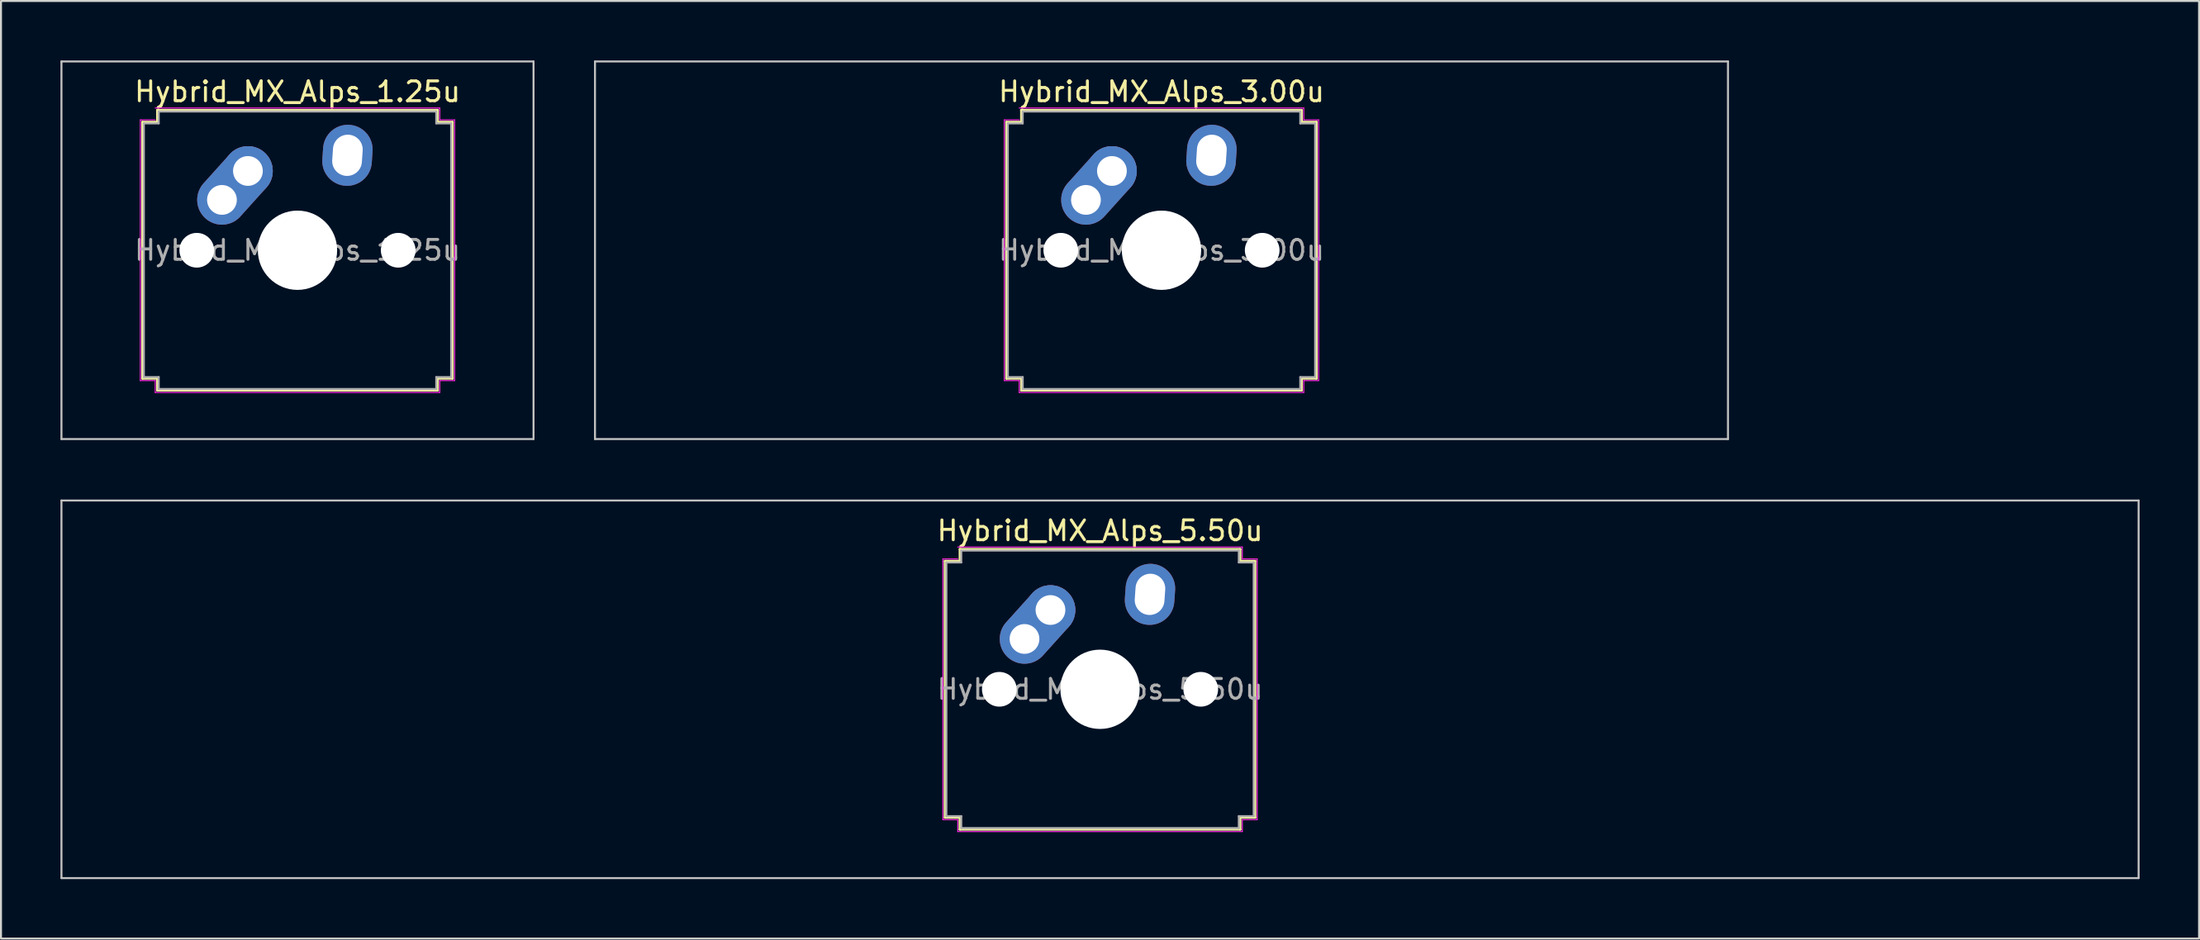
<source format=kicad_pcb>
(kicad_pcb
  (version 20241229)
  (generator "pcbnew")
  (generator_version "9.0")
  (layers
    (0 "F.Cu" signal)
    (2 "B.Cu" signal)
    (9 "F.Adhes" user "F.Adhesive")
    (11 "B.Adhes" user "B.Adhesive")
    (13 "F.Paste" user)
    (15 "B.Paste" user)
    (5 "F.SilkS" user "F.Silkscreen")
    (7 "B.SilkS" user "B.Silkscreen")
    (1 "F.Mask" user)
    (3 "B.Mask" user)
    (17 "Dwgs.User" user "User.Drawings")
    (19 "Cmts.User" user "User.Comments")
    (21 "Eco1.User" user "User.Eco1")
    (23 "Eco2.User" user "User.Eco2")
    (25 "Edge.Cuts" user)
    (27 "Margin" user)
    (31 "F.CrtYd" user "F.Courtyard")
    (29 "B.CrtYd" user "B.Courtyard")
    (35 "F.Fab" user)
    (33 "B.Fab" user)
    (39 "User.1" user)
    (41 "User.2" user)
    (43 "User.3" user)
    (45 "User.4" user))
  (footprint "Hybrid_MX_Alps_5.50u"
    (layer "F.Cu")
    (at 52.438 31.725)
    (property "Reference" "Hybrid_MX_Alps_5.50u" (at 0 -8 0) (layer "F.SilkS") (effects (font (size 1 1) (thickness 0.15))))
    (attr through_hole)
    (fp_line (start -7.821 -6.471) (end -7.071 -6.471) (stroke (width 0.12) (type solid)) (layer "F.SilkS"))
    (fp_line (start -7.821 6.471) (end -7.821 -6.471) (stroke (width 0.12) (type solid)) (layer "F.SilkS"))
    (fp_line (start -7.071 -7.071) (end 7.071 -7.071) (stroke (width 0.12) (type solid)) (layer "F.SilkS"))
    (fp_line (start -7.071 -6.471) (end -7.071 -7.071) (stroke (width 0.12) (type solid)) (layer "F.SilkS"))
    (fp_line (start -7.071 6.471) (end -7.821 6.471) (stroke (width 0.12) (type solid)) (layer "F.SilkS"))
    (fp_line (start -7.071 7.071) (end -7.071 6.471) (stroke (width 0.12) (type solid)) (layer "F.SilkS"))
    (fp_line (start 7.071 -7.071) (end 7.071 -6.471) (stroke (width 0.12) (type solid)) (layer "F.SilkS"))
    (fp_line (start 7.071 -6.471) (end 7.821 -6.471) (stroke (width 0.12) (type solid)) (layer "F.SilkS"))
    (fp_line (start 7.071 6.471) (end 7.071 7.071) (stroke (width 0.12) (type solid)) (layer "F.SilkS"))
    (fp_line (start 7.071 7.071) (end -7.071 7.071) (stroke (width 0.12) (type solid)) (layer "F.SilkS"))
    (fp_line (start 7.821 -6.471) (end 7.821 6.471) (stroke (width 0.12) (type solid)) (layer "F.SilkS"))
    (fp_line (start 7.821 6.471) (end 7.071 6.471) (stroke (width 0.12) (type solid)) (layer "F.SilkS"))
    (fp_line (start -52.388 -9.525) (end -52.388 9.525) (stroke (width 0.1) (type solid)) (layer "Dwgs.User"))
    (fp_line (start -52.388 9.525) (end 52.388 9.525) (stroke (width 0.1) (type solid)) (layer "Dwgs.User"))
    (fp_line (start 52.388 -9.525) (end -52.388 -9.525) (stroke (width 0.1) (type solid)) (layer "Dwgs.User"))
    (fp_line (start 52.388 9.525) (end 52.388 -9.525) (stroke (width 0.1) (type solid)) (layer "Dwgs.User"))
    (fp_line (start -7.927 -6.577) (end -7.177 -6.577) (stroke (width 0.05) (type solid)) (layer "F.CrtYd"))
    (fp_line (start -7.927 6.577) (end -7.927 -6.577) (stroke (width 0.05) (type solid)) (layer "F.CrtYd"))
    (fp_line (start -7.177 -7.177) (end 7.177 -7.177) (stroke (width 0.05) (type solid)) (layer "F.CrtYd"))
    (fp_line (start -7.177 6.577) (end -7.927 6.577) (stroke (width 0.05) (type solid)) (layer "F.CrtYd"))
    (fp_line (start -7.177 7.177) (end -7.177 6.577) (stroke (width 0.05) (type solid)) (layer "F.CrtYd"))
    (fp_line (start 7.177 -7.177) (end 7.177 -6.577) (stroke (width 0.05) (type solid)) (layer "F.CrtYd"))
    (fp_line (start 7.177 -6.577) (end 7.927 -6.577) (stroke (width 0.05) (type solid)) (layer "F.CrtYd"))
    (fp_line (start 7.177 6.577) (end 7.177 7.177) (stroke (width 0.05) (type solid)) (layer "F.CrtYd"))
    (fp_line (start 7.177 7.177) (end -7.177 7.177) (stroke (width 0.05) (type solid)) (layer "F.CrtYd"))
    (fp_line (start 7.927 -6.577) (end 7.927 6.577) (stroke (width 0.05) (type solid)) (layer "F.CrtYd"))
    (fp_line (start 7.927 6.577) (end 7.177 6.577) (stroke (width 0.05) (type solid)) (layer "F.CrtYd"))
    (fp_line (start -7.75 -6.4) (end -7 -6.4) (stroke (width 0.1) (type solid)) (layer "F.Fab"))
    (fp_line (start -7.75 6.4) (end -7.75 -6.4) (stroke (width 0.1) (type solid)) (layer "F.Fab"))
    (fp_line (start -7 -7) (end 7 -7) (stroke (width 0.1) (type solid)) (layer "F.Fab"))
    (fp_line (start -7 -6.4) (end -7 -7) (stroke (width 0.1) (type solid)) (layer "F.Fab"))
    (fp_line (start -7 6.4) (end -7.75 6.4) (stroke (width 0.1) (type solid)) (layer "F.Fab"))
    (fp_line (start -7 7) (end -7 6.4) (stroke (width 0.1) (type solid)) (layer "F.Fab"))
    (fp_line (start 7 -7) (end 7 -6.4) (stroke (width 0.1) (type solid)) (layer "F.Fab"))
    (fp_line (start 7 -6.4) (end 7.75 -6.4) (stroke (width 0.1) (type solid)) (layer "F.Fab"))
    (fp_line (start 7 6.4) (end 7 7) (stroke (width 0.1) (type solid)) (layer "F.Fab"))
    (fp_line (start 7 7) (end -7 7) (stroke (width 0.1) (type solid)) (layer "F.Fab"))
    (fp_line (start 7.75 -6.4) (end 7.75 6.4) (stroke (width 0.1) (type solid)) (layer "F.Fab"))
    (fp_line (start 7.75 6.4) (end 7 6.4) (stroke (width 0.1) (type solid)) (layer "F.Fab"))
    (fp_text user "${REFERENCE}" (at 0 0 0) (layer "F.Fab") (effects (font (size 1 1) (thickness 0.15))))
    (pad "" np_thru_hole circle (at -5.08 0) (size 1.75 1.75) (drill 1.75) (layers "*.Cu" "*.Mask"))
    (pad "" np_thru_hole circle (at 0 0) (size 4 4) (drill 4) (layers "*.Cu" "*.Mask"))
    (pad "" np_thru_hole circle (at 5.08 0) (size 1.75 1.75) (drill 1.75) (layers "*.Cu" "*.Mask"))
    (pad "1" thru_hole oval (at -3.81 -2.54 48) (size 4.462 2.5) (drill 1.5 (offset 0.981 0)) (layers "*.Cu" "*.Mask"))
    (pad "1" thru_hole circle (at -2.5 -4) (size 2.5 2.5) (drill 1.5) (layers "*.Cu" "*.Mask"))
    (pad "2" thru_hole oval (at 2.52 -4.79 86) (size 3.081 2.5) (drill oval 2.081 1.5) (layers "*.Cu" "*.Mask")))
  (footprint "Hybrid_MX_Alps_3.00u"
    (layer "F.Cu")
    (at 55.538 9.575)
    (property "Reference" "Hybrid_MX_Alps_3.00u" (at 0 -8 0) (layer "F.SilkS") (effects (font (size 1 1) (thickness 0.15))))
    (attr through_hole)
    (fp_line (start -7.821 -6.471) (end -7.071 -6.471) (stroke (width 0.12) (type solid)) (layer "F.SilkS"))
    (fp_line (start -7.821 6.471) (end -7.821 -6.471) (stroke (width 0.12) (type solid)) (layer "F.SilkS"))
    (fp_line (start -7.071 -7.071) (end 7.071 -7.071) (stroke (width 0.12) (type solid)) (layer "F.SilkS"))
    (fp_line (start -7.071 -6.471) (end -7.071 -7.071) (stroke (width 0.12) (type solid)) (layer "F.SilkS"))
    (fp_line (start -7.071 6.471) (end -7.821 6.471) (stroke (width 0.12) (type solid)) (layer "F.SilkS"))
    (fp_line (start -7.071 7.071) (end -7.071 6.471) (stroke (width 0.12) (type solid)) (layer "F.SilkS"))
    (fp_line (start 7.071 -7.071) (end 7.071 -6.471) (stroke (width 0.12) (type solid)) (layer "F.SilkS"))
    (fp_line (start 7.071 -6.471) (end 7.821 -6.471) (stroke (width 0.12) (type solid)) (layer "F.SilkS"))
    (fp_line (start 7.071 6.471) (end 7.071 7.071) (stroke (width 0.12) (type solid)) (layer "F.SilkS"))
    (fp_line (start 7.071 7.071) (end -7.071 7.071) (stroke (width 0.12) (type solid)) (layer "F.SilkS"))
    (fp_line (start 7.821 -6.471) (end 7.821 6.471) (stroke (width 0.12) (type solid)) (layer "F.SilkS"))
    (fp_line (start 7.821 6.471) (end 7.071 6.471) (stroke (width 0.12) (type solid)) (layer "F.SilkS"))
    (fp_line (start -28.575 -9.525) (end -28.575 9.525) (stroke (width 0.1) (type solid)) (layer "Dwgs.User"))
    (fp_line (start -28.575 9.525) (end 28.575 9.525) (stroke (width 0.1) (type solid)) (layer "Dwgs.User"))
    (fp_line (start 28.575 -9.525) (end -28.575 -9.525) (stroke (width 0.1) (type solid)) (layer "Dwgs.User"))
    (fp_line (start 28.575 9.525) (end 28.575 -9.525) (stroke (width 0.1) (type solid)) (layer "Dwgs.User"))
    (fp_line (start -7.927 -6.577) (end -7.177 -6.577) (stroke (width 0.05) (type solid)) (layer "F.CrtYd"))
    (fp_line (start -7.927 6.577) (end -7.927 -6.577) (stroke (width 0.05) (type solid)) (layer "F.CrtYd"))
    (fp_line (start -7.177 -7.177) (end 7.177 -7.177) (stroke (width 0.05) (type solid)) (layer "F.CrtYd"))
    (fp_line (start -7.177 6.577) (end -7.927 6.577) (stroke (width 0.05) (type solid)) (layer "F.CrtYd"))
    (fp_line (start -7.177 7.177) (end -7.177 6.577) (stroke (width 0.05) (type solid)) (layer "F.CrtYd"))
    (fp_line (start 7.177 -7.177) (end 7.177 -6.577) (stroke (width 0.05) (type solid)) (layer "F.CrtYd"))
    (fp_line (start 7.177 -6.577) (end 7.927 -6.577) (stroke (width 0.05) (type solid)) (layer "F.CrtYd"))
    (fp_line (start 7.177 6.577) (end 7.177 7.177) (stroke (width 0.05) (type solid)) (layer "F.CrtYd"))
    (fp_line (start 7.177 7.177) (end -7.177 7.177) (stroke (width 0.05) (type solid)) (layer "F.CrtYd"))
    (fp_line (start 7.927 -6.577) (end 7.927 6.577) (stroke (width 0.05) (type solid)) (layer "F.CrtYd"))
    (fp_line (start 7.927 6.577) (end 7.177 6.577) (stroke (width 0.05) (type solid)) (layer "F.CrtYd"))
    (fp_line (start -7.75 -6.4) (end -7 -6.4) (stroke (width 0.1) (type solid)) (layer "F.Fab"))
    (fp_line (start -7.75 6.4) (end -7.75 -6.4) (stroke (width 0.1) (type solid)) (layer "F.Fab"))
    (fp_line (start -7 -7) (end 7 -7) (stroke (width 0.1) (type solid)) (layer "F.Fab"))
    (fp_line (start -7 -6.4) (end -7 -7) (stroke (width 0.1) (type solid)) (layer "F.Fab"))
    (fp_line (start -7 6.4) (end -7.75 6.4) (stroke (width 0.1) (type solid)) (layer "F.Fab"))
    (fp_line (start -7 7) (end -7 6.4) (stroke (width 0.1) (type solid)) (layer "F.Fab"))
    (fp_line (start 7 -7) (end 7 -6.4) (stroke (width 0.1) (type solid)) (layer "F.Fab"))
    (fp_line (start 7 -6.4) (end 7.75 -6.4) (stroke (width 0.1) (type solid)) (layer "F.Fab"))
    (fp_line (start 7 6.4) (end 7 7) (stroke (width 0.1) (type solid)) (layer "F.Fab"))
    (fp_line (start 7 7) (end -7 7) (stroke (width 0.1) (type solid)) (layer "F.Fab"))
    (fp_line (start 7.75 -6.4) (end 7.75 6.4) (stroke (width 0.1) (type solid)) (layer "F.Fab"))
    (fp_line (start 7.75 6.4) (end 7 6.4) (stroke (width 0.1) (type solid)) (layer "F.Fab"))
    (fp_text user "${REFERENCE}" (at 0 0 0) (layer "F.Fab") (effects (font (size 1 1) (thickness 0.15))))
    (pad "" np_thru_hole circle (at -5.08 0) (size 1.75 1.75) (drill 1.75) (layers "*.Cu" "*.Mask"))
    (pad "" np_thru_hole circle (at 0 0) (size 4 4) (drill 4) (layers "*.Cu" "*.Mask"))
    (pad "" np_thru_hole circle (at 5.08 0) (size 1.75 1.75) (drill 1.75) (layers "*.Cu" "*.Mask"))
    (pad "1" thru_hole oval (at -3.81 -2.54 48) (size 4.462 2.5) (drill 1.5 (offset 0.981 0)) (layers "*.Cu" "*.Mask"))
    (pad "1" thru_hole circle (at -2.5 -4) (size 2.5 2.5) (drill 1.5) (layers "*.Cu" "*.Mask"))
    (pad "2" thru_hole oval (at 2.52 -4.79 86) (size 3.081 2.5) (drill oval 2.081 1.5) (layers "*.Cu" "*.Mask")))
  (footprint "Hybrid_MX_Alps_1.25u"
    (layer "F.Cu")
    (at 11.956 9.575)
    (property "Reference" "Hybrid_MX_Alps_1.25u" (at 0 -8 0) (layer "F.SilkS") (effects (font (size 1 1) (thickness 0.15))))
    (attr through_hole)
    (fp_line (start -7.821 -6.471) (end -7.071 -6.471) (stroke (width 0.12) (type solid)) (layer "F.SilkS"))
    (fp_line (start -7.821 6.471) (end -7.821 -6.471) (stroke (width 0.12) (type solid)) (layer "F.SilkS"))
    (fp_line (start -7.071 -7.071) (end 7.071 -7.071) (stroke (width 0.12) (type solid)) (layer "F.SilkS"))
    (fp_line (start -7.071 -6.471) (end -7.071 -7.071) (stroke (width 0.12) (type solid)) (layer "F.SilkS"))
    (fp_line (start -7.071 6.471) (end -7.821 6.471) (stroke (width 0.12) (type solid)) (layer "F.SilkS"))
    (fp_line (start -7.071 7.071) (end -7.071 6.471) (stroke (width 0.12) (type solid)) (layer "F.SilkS"))
    (fp_line (start 7.071 -7.071) (end 7.071 -6.471) (stroke (width 0.12) (type solid)) (layer "F.SilkS"))
    (fp_line (start 7.071 -6.471) (end 7.821 -6.471) (stroke (width 0.12) (type solid)) (layer "F.SilkS"))
    (fp_line (start 7.071 6.471) (end 7.071 7.071) (stroke (width 0.12) (type solid)) (layer "F.SilkS"))
    (fp_line (start 7.071 7.071) (end -7.071 7.071) (stroke (width 0.12) (type solid)) (layer "F.SilkS"))
    (fp_line (start 7.821 -6.471) (end 7.821 6.471) (stroke (width 0.12) (type solid)) (layer "F.SilkS"))
    (fp_line (start 7.821 6.471) (end 7.071 6.471) (stroke (width 0.12) (type solid)) (layer "F.SilkS"))
    (fp_line (start -11.906 -9.525) (end -11.906 9.525) (stroke (width 0.1) (type solid)) (layer "Dwgs.User"))
    (fp_line (start -11.906 9.525) (end 11.906 9.525) (stroke (width 0.1) (type solid)) (layer "Dwgs.User"))
    (fp_line (start 11.906 -9.525) (end -11.906 -9.525) (stroke (width 0.1) (type solid)) (layer "Dwgs.User"))
    (fp_line (start 11.906 9.525) (end 11.906 -9.525) (stroke (width 0.1) (type solid)) (layer "Dwgs.User"))
    (fp_line (start -7.927 -6.577) (end -7.177 -6.577) (stroke (width 0.05) (type solid)) (layer "F.CrtYd"))
    (fp_line (start -7.927 6.577) (end -7.927 -6.577) (stroke (width 0.05) (type solid)) (layer "F.CrtYd"))
    (fp_line (start -7.177 -7.177) (end 7.177 -7.177) (stroke (width 0.05) (type solid)) (layer "F.CrtYd"))
    (fp_line (start -7.177 6.577) (end -7.927 6.577) (stroke (width 0.05) (type solid)) (layer "F.CrtYd"))
    (fp_line (start -7.177 7.177) (end -7.177 6.577) (stroke (width 0.05) (type solid)) (layer "F.CrtYd"))
    (fp_line (start 7.177 -7.177) (end 7.177 -6.577) (stroke (width 0.05) (type solid)) (layer "F.CrtYd"))
    (fp_line (start 7.177 -6.577) (end 7.927 -6.577) (stroke (width 0.05) (type solid)) (layer "F.CrtYd"))
    (fp_line (start 7.177 6.577) (end 7.177 7.177) (stroke (width 0.05) (type solid)) (layer "F.CrtYd"))
    (fp_line (start 7.177 7.177) (end -7.177 7.177) (stroke (width 0.05) (type solid)) (layer "F.CrtYd"))
    (fp_line (start 7.927 -6.577) (end 7.927 6.577) (stroke (width 0.05) (type solid)) (layer "F.CrtYd"))
    (fp_line (start 7.927 6.577) (end 7.177 6.577) (stroke (width 0.05) (type solid)) (layer "F.CrtYd"))
    (fp_line (start -7.75 -6.4) (end -7 -6.4) (stroke (width 0.1) (type solid)) (layer "F.Fab"))
    (fp_line (start -7.75 6.4) (end -7.75 -6.4) (stroke (width 0.1) (type solid)) (layer "F.Fab"))
    (fp_line (start -7 -7) (end 7 -7) (stroke (width 0.1) (type solid)) (layer "F.Fab"))
    (fp_line (start -7 -6.4) (end -7 -7) (stroke (width 0.1) (type solid)) (layer "F.Fab"))
    (fp_line (start -7 6.4) (end -7.75 6.4) (stroke (width 0.1) (type solid)) (layer "F.Fab"))
    (fp_line (start -7 7) (end -7 6.4) (stroke (width 0.1) (type solid)) (layer "F.Fab"))
    (fp_line (start 7 -7) (end 7 -6.4) (stroke (width 0.1) (type solid)) (layer "F.Fab"))
    (fp_line (start 7 -6.4) (end 7.75 -6.4) (stroke (width 0.1) (type solid)) (layer "F.Fab"))
    (fp_line (start 7 6.4) (end 7 7) (stroke (width 0.1) (type solid)) (layer "F.Fab"))
    (fp_line (start 7 7) (end -7 7) (stroke (width 0.1) (type solid)) (layer "F.Fab"))
    (fp_line (start 7.75 -6.4) (end 7.75 6.4) (stroke (width 0.1) (type solid)) (layer "F.Fab"))
    (fp_line (start 7.75 6.4) (end 7 6.4) (stroke (width 0.1) (type solid)) (layer "F.Fab"))
    (fp_text user "${REFERENCE}" (at 0 0 0) (layer "F.Fab") (effects (font (size 1 1) (thickness 0.15))))
    (pad "" np_thru_hole circle (at -5.08 0) (size 1.75 1.75) (drill 1.75) (layers "*.Cu" "*.Mask"))
    (pad "" np_thru_hole circle (at 0 0) (size 4 4) (drill 4) (layers "*.Cu" "*.Mask"))
    (pad "" np_thru_hole circle (at 5.08 0) (size 1.75 1.75) (drill 1.75) (layers "*.Cu" "*.Mask"))
    (pad "1" thru_hole oval (at -3.81 -2.54 48) (size 4.462 2.5) (drill 1.5 (offset 0.981 0)) (layers "*.Cu" "*.Mask"))
    (pad "1" thru_hole circle (at -2.5 -4) (size 2.5 2.5) (drill 1.5) (layers "*.Cu" "*.Mask"))
    (pad "2" thru_hole oval (at 2.52 -4.79 86) (size 3.081 2.5) (drill oval 2.081 1.5) (layers "*.Cu" "*.Mask")))
  (gr_rect
    (start -3 -3)
    (end 107.875 44.3)
    (stroke (width 0.1) (type default))
    (fill no)
    (layer "Edge.Cuts")))
</source>
